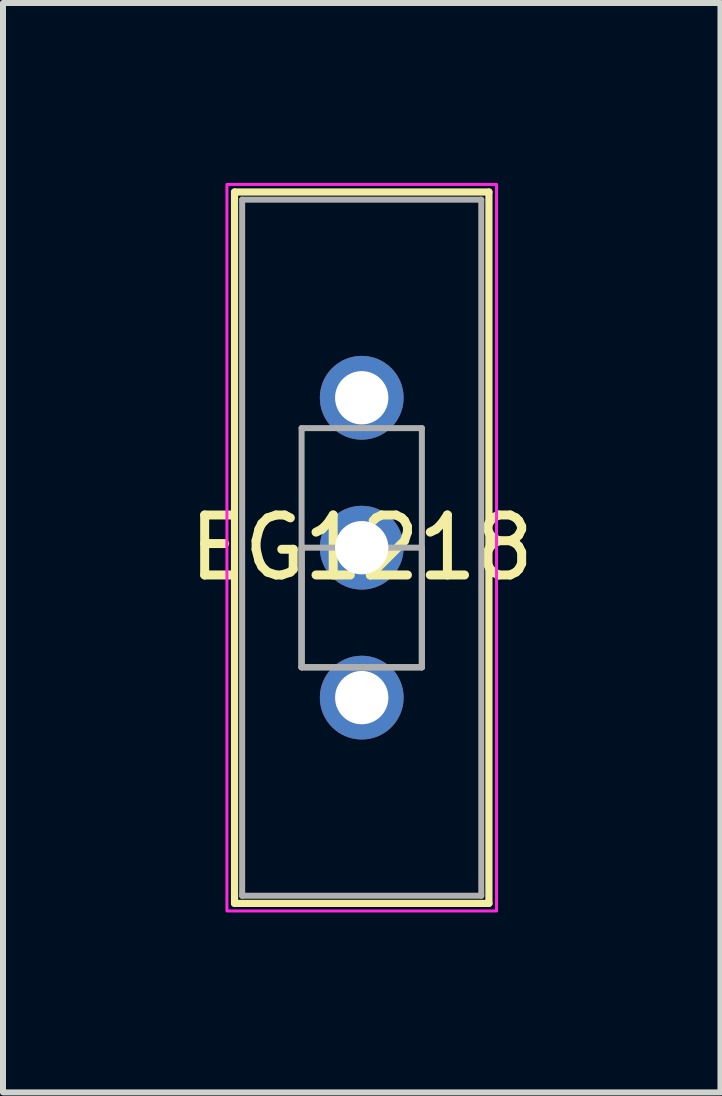
<source format=kicad_pcb>
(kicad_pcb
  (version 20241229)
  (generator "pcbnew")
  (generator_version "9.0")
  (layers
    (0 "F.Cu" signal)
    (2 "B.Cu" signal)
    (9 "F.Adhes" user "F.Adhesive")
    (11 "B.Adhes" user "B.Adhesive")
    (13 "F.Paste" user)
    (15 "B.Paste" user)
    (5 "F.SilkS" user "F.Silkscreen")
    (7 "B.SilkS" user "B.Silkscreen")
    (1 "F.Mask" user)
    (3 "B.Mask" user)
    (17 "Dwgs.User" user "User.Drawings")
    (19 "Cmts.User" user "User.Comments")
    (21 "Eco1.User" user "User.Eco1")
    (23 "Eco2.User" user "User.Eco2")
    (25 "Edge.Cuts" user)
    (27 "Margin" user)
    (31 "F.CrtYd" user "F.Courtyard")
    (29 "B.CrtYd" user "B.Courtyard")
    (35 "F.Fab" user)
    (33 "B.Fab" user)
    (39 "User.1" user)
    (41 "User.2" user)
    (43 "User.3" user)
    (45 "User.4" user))
  (footprint "EG1218"
    (layer "F.Cu")
    (at 2.982 3.583)
    (property "Reference" "EG1218" (at 0 2.5 0) (layer "F.SilkS") (effects (font (size 1 1) (thickness 0.15))))
    (attr through_hole)
    (fp_line (start -2.121 -3.431) (end -2.121 8.431) (stroke (width 0.12) (type solid)) (layer "F.SilkS"))
    (fp_line (start -2.121 8.431) (end 2.121 8.431) (stroke (width 0.12) (type solid)) (layer "F.SilkS"))
    (fp_line (start 2.121 -3.431) (end -2.121 -3.431) (stroke (width 0.12) (type solid)) (layer "F.SilkS"))
    (fp_line (start 2.121 8.431) (end 2.121 -3.431) (stroke (width 0.12) (type solid)) (layer "F.SilkS"))
    (fp_rect (start 2.248 -3.558) (end -2.248 8.558) (stroke (width 0.05) (type solid)) (fill no) (layer "F.CrtYd"))
    (fp_line (start -1.994 -3.304) (end -1.994 8.304) (stroke (width 0.1) (type solid)) (layer "F.Fab"))
    (fp_line (start -1.994 8.304) (end 1.994 8.304) (stroke (width 0.1) (type solid)) (layer "F.Fab"))
    (fp_line (start -1.003 0.506) (end 1.003 0.506) (stroke (width 0.1) (type solid)) (layer "F.Fab"))
    (fp_line (start -1.003 2.5) (end 1.003 2.5) (stroke (width 0.1) (type solid)) (layer "F.Fab"))
    (fp_line (start -1.003 4.494) (end -1.003 0.506) (stroke (width 0.1) (type solid)) (layer "F.Fab"))
    (fp_line (start -1.003 4.494) (end -1.003 2.5) (stroke (width 0.1) (type solid)) (layer "F.Fab"))
    (fp_line (start -1.003 4.494) (end -1.003 2.5) (stroke (width 0.1) (type solid)) (layer "F.Fab"))
    (fp_line (start 1.003 0.506) (end 1.003 4.494) (stroke (width 0.1) (type solid)) (layer "F.Fab"))
    (fp_line (start 1.003 2.5) (end 1.003 4.494) (stroke (width 0.1) (type solid)) (layer "F.Fab"))
    (fp_line (start 1.003 2.5) (end 1.003 4.494) (stroke (width 0.1) (type solid)) (layer "F.Fab"))
    (fp_line (start 1.003 4.494) (end -1.003 4.494) (stroke (width 0.1) (type solid)) (layer "F.Fab"))
    (fp_line (start 1.003 4.494) (end -1.003 4.494) (stroke (width 0.1) (type solid)) (layer "F.Fab"))
    (fp_line (start 1.003 4.494) (end -1.003 4.494) (stroke (width 0.1) (type solid)) (layer "F.Fab"))
    (fp_line (start 1.994 -3.304) (end -1.994 -3.304) (stroke (width 0.1) (type solid)) (layer "F.Fab"))
    (fp_line (start 1.994 8.304) (end 1.994 -3.304) (stroke (width 0.1) (type solid)) (layer "F.Fab"))
    (pad "1" thru_hole circle (at 0 0) (size 1.397 1.397) (drill 0.889) (layers "*.Cu" "*.Mask"))
    (pad "2" thru_hole circle (at 0 2.5) (size 1.397 1.397) (drill 0.889) (layers "*.Cu" "*.Mask"))
    (pad "3" thru_hole circle (at 0 5) (size 1.397 1.397) (drill 0.889) (layers "*.Cu" "*.Mask")))
  (gr_rect
    (start -3 -3)
    (end 8.964 15.166)
    (stroke (width 0.1) (type default))
    (fill no)
    (layer "Edge.Cuts")))
</source>
